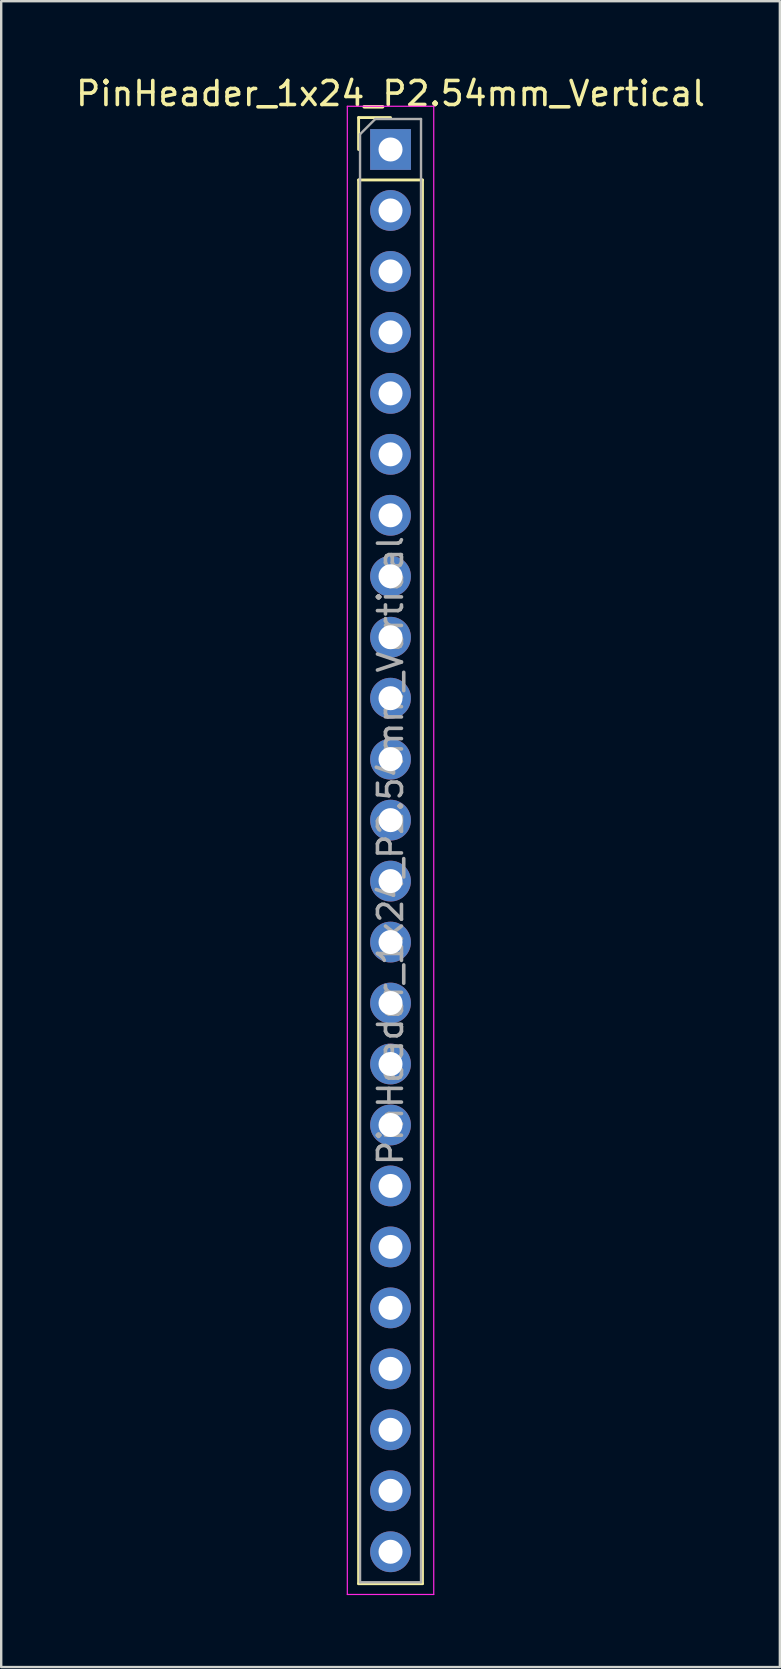
<source format=kicad_pcb>
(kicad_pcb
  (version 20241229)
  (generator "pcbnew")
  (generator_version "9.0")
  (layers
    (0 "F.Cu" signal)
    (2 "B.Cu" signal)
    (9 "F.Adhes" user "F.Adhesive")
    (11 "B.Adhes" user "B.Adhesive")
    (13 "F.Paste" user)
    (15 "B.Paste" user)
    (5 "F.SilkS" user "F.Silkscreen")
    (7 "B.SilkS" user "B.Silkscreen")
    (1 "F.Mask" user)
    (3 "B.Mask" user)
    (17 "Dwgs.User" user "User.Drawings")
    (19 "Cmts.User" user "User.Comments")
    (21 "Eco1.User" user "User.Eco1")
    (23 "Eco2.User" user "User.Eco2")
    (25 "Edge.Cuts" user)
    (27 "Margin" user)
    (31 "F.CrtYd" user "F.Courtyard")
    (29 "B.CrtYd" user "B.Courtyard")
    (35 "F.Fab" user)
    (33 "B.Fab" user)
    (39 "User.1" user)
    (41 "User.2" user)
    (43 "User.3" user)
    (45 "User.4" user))
  (footprint "PinHeader_1x24_P2.54mm_Vertical"
    (layer "F.Cu")
    (at 13.22 3.178)
    (property "Reference" "PinHeader_1x24_P2.54mm_Vertical" (at 0 -2.33 0) (layer "F.SilkS") (effects (font (size 1 1) (thickness 0.15))))
    (attr through_hole)
    (fp_line (start -1.33 -1.33) (end 0 -1.33) (stroke (width 0.12) (type solid)) (layer "F.SilkS"))
    (fp_line (start -1.33 0) (end -1.33 -1.33) (stroke (width 0.12) (type solid)) (layer "F.SilkS"))
    (fp_line (start -1.33 1.27) (end -1.33 59.75) (stroke (width 0.12) (type solid)) (layer "F.SilkS"))
    (fp_line (start -1.33 1.27) (end 1.33 1.27) (stroke (width 0.12) (type solid)) (layer "F.SilkS"))
    (fp_line (start -1.33 59.75) (end 1.33 59.75) (stroke (width 0.12) (type solid)) (layer "F.SilkS"))
    (fp_line (start 1.33 1.27) (end 1.33 59.75) (stroke (width 0.12) (type solid)) (layer "F.SilkS"))
    (fp_line (start -1.8 -1.8) (end -1.8 60.2) (stroke (width 0.05) (type solid)) (layer "F.CrtYd"))
    (fp_line (start -1.8 60.2) (end 1.8 60.2) (stroke (width 0.05) (type solid)) (layer "F.CrtYd"))
    (fp_line (start 1.8 -1.8) (end -1.8 -1.8) (stroke (width 0.05) (type solid)) (layer "F.CrtYd"))
    (fp_line (start 1.8 60.2) (end 1.8 -1.8) (stroke (width 0.05) (type solid)) (layer "F.CrtYd"))
    (fp_line (start -1.27 -0.635) (end -0.635 -1.27) (stroke (width 0.1) (type solid)) (layer "F.Fab"))
    (fp_line (start -1.27 59.69) (end -1.27 -0.635) (stroke (width 0.1) (type solid)) (layer "F.Fab"))
    (fp_line (start -0.635 -1.27) (end 1.27 -1.27) (stroke (width 0.1) (type solid)) (layer "F.Fab"))
    (fp_line (start 1.27 -1.27) (end 1.27 59.69) (stroke (width 0.1) (type solid)) (layer "F.Fab"))
    (fp_line (start 1.27 59.69) (end -1.27 59.69) (stroke (width 0.1) (type solid)) (layer "F.Fab"))
    (fp_text user "${REFERENCE}" (at 0 29.21 90) (layer "F.Fab") (effects (font (size 1 1) (thickness 0.15))))
    (pad "1" thru_hole rect (at 0 0) (size 1.7 1.7) (drill 1) (layers "*.Cu" "*.Mask"))
    (pad "2" thru_hole oval (at 0 2.54) (size 1.7 1.7) (drill 1) (layers "*.Cu" "*.Mask"))
    (pad "3" thru_hole oval (at 0 5.08) (size 1.7 1.7) (drill 1) (layers "*.Cu" "*.Mask"))
    (pad "4" thru_hole oval (at 0 7.62) (size 1.7 1.7) (drill 1) (layers "*.Cu" "*.Mask"))
    (pad "5" thru_hole oval (at 0 10.16) (size 1.7 1.7) (drill 1) (layers "*.Cu" "*.Mask"))
    (pad "6" thru_hole oval (at 0 12.7) (size 1.7 1.7) (drill 1) (layers "*.Cu" "*.Mask"))
    (pad "7" thru_hole oval (at 0 15.24) (size 1.7 1.7) (drill 1) (layers "*.Cu" "*.Mask"))
    (pad "8" thru_hole oval (at 0 17.78) (size 1.7 1.7) (drill 1) (layers "*.Cu" "*.Mask"))
    (pad "9" thru_hole oval (at 0 20.32) (size 1.7 1.7) (drill 1) (layers "*.Cu" "*.Mask"))
    (pad "10" thru_hole oval (at 0 22.86) (size 1.7 1.7) (drill 1) (layers "*.Cu" "*.Mask"))
    (pad "11" thru_hole oval (at 0 25.4) (size 1.7 1.7) (drill 1) (layers "*.Cu" "*.Mask"))
    (pad "12" thru_hole oval (at 0 27.94) (size 1.7 1.7) (drill 1) (layers "*.Cu" "*.Mask"))
    (pad "13" thru_hole oval (at 0 30.48) (size 1.7 1.7) (drill 1) (layers "*.Cu" "*.Mask"))
    (pad "14" thru_hole oval (at 0 33.02) (size 1.7 1.7) (drill 1) (layers "*.Cu" "*.Mask"))
    (pad "15" thru_hole oval (at 0 35.56) (size 1.7 1.7) (drill 1) (layers "*.Cu" "*.Mask"))
    (pad "16" thru_hole oval (at 0 38.1) (size 1.7 1.7) (drill 1) (layers "*.Cu" "*.Mask"))
    (pad "17" thru_hole oval (at 0 40.64) (size 1.7 1.7) (drill 1) (layers "*.Cu" "*.Mask"))
    (pad "18" thru_hole oval (at 0 43.18) (size 1.7 1.7) (drill 1) (layers "*.Cu" "*.Mask"))
    (pad "19" thru_hole oval (at 0 45.72) (size 1.7 1.7) (drill 1) (layers "*.Cu" "*.Mask"))
    (pad "20" thru_hole oval (at 0 48.26) (size 1.7 1.7) (drill 1) (layers "*.Cu" "*.Mask"))
    (pad "21" thru_hole oval (at 0 50.8) (size 1.7 1.7) (drill 1) (layers "*.Cu" "*.Mask"))
    (pad "22" thru_hole oval (at 0 53.34) (size 1.7 1.7) (drill 1) (layers "*.Cu" "*.Mask"))
    (pad "23" thru_hole oval (at 0 55.88) (size 1.7 1.7) (drill 1) (layers "*.Cu" "*.Mask"))
    (pad "24" thru_hole oval (at 0 58.42) (size 1.7 1.7) (drill 1) (layers "*.Cu" "*.Mask")))
  (gr_rect
    (start -3 -3)
    (end 29.44 66.403)
    (stroke (width 0.1) (type default))
    (fill no)
    (layer "Edge.Cuts")))
</source>
